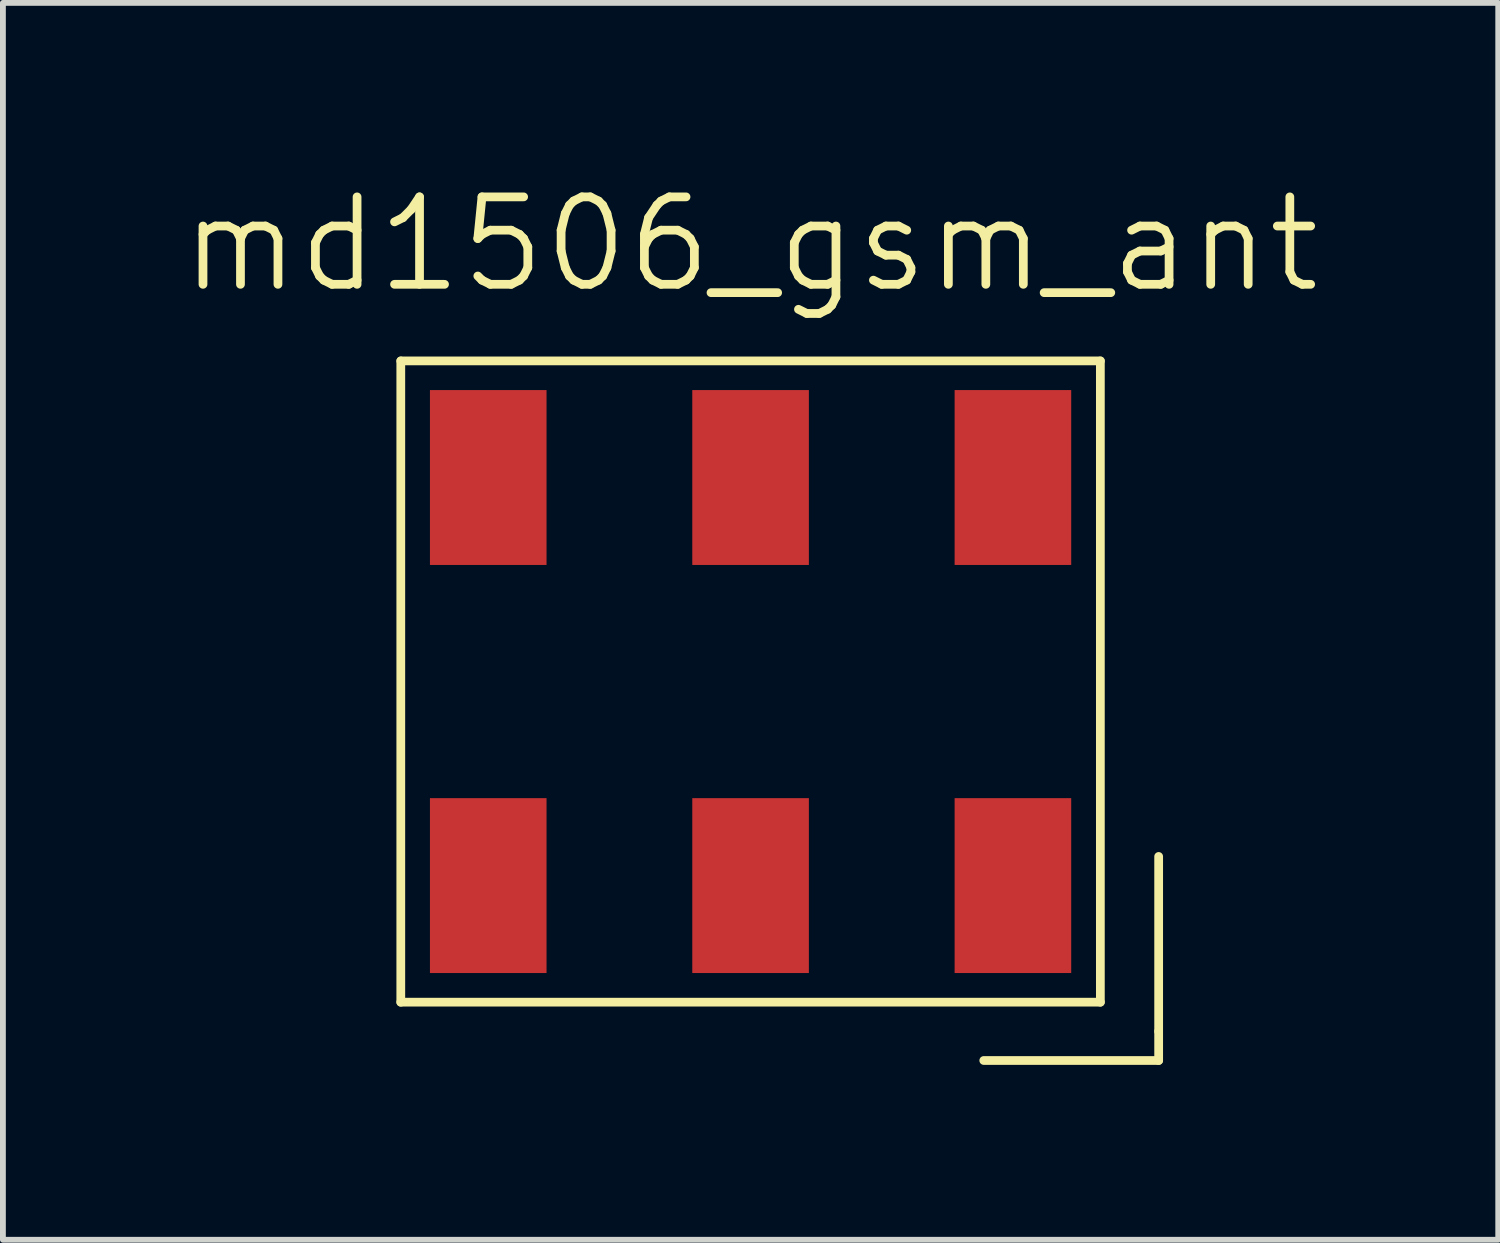
<source format=kicad_pcb>
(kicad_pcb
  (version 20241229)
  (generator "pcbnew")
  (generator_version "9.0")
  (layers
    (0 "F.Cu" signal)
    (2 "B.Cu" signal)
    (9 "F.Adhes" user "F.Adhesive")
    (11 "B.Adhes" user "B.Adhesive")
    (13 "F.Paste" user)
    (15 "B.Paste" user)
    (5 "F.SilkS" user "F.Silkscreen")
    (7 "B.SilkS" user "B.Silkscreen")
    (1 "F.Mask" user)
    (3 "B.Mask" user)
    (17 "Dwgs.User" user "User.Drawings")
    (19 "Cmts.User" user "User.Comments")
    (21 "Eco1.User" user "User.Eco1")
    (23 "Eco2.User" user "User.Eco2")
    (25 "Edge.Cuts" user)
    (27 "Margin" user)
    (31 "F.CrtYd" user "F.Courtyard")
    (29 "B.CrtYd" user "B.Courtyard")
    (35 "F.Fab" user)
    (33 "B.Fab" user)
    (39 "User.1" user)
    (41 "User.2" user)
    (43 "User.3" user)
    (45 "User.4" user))
  (footprint "md1506_gsm_ant"
    (layer "F.Cu")
    (at 9.825 8.641)
    (property "Reference" "md1506_gsm_ant" (at 0 -7.5 0) (layer "F.SilkS") (effects (font (size 1.5 1.5) (thickness 0.15))))
    (attr through_hole)
    (fp_line (start -6 -5.5) (end -6 5.5) (stroke (width 0.15) (type solid)) (layer "F.SilkS"))
    (fp_line (start -6 5.5) (end 6 5.5) (stroke (width 0.15) (type solid)) (layer "F.SilkS"))
    (fp_line (start 6 -5.5) (end -6 -5.5) (stroke (width 0.15) (type solid)) (layer "F.SilkS"))
    (fp_line (start 6 5.5) (end 6 -5.5) (stroke (width 0.15) (type solid)) (layer "F.SilkS"))
    (fp_line (start 7 3) (end 7 6) (stroke (width 0.15) (type solid)) (layer "F.SilkS"))
    (fp_line (start 7 6) (end 7 6.5) (stroke (width 0.15) (type solid)) (layer "F.SilkS"))
    (fp_line (start 7 6.5) (end 4 6.5) (stroke (width 0.15) (type solid)) (layer "F.SilkS"))
    (pad "1" smd rect (at 4.5 3.5) (size 2 3) (layers "F.Cu" "F.Mask" "F.Paste"))
    (pad "2" smd rect (at 0 3.5) (size 2 3) (layers "F.Cu" "F.Mask" "F.Paste"))
    (pad "3" smd rect (at -4.5 3.5) (size 2 3) (layers "F.Cu" "F.Mask" "F.Paste"))
    (pad "4" smd rect (at 4.5 -3.5) (size 2 3) (layers "F.Cu" "F.Mask" "F.Paste"))
    (pad "5" smd rect (at 0 -3.5) (size 2 3) (layers "F.Cu" "F.Mask" "F.Paste"))
    (pad "6" smd rect (at -4.5 -3.5) (size 2 3) (layers "F.Cu" "F.Mask" "F.Paste")))
  (gr_rect
    (start -3 -3)
    (end 22.65 18.216)
    (stroke (width 0.1) (type default))
    (fill no)
    (layer "Edge.Cuts")))
</source>
